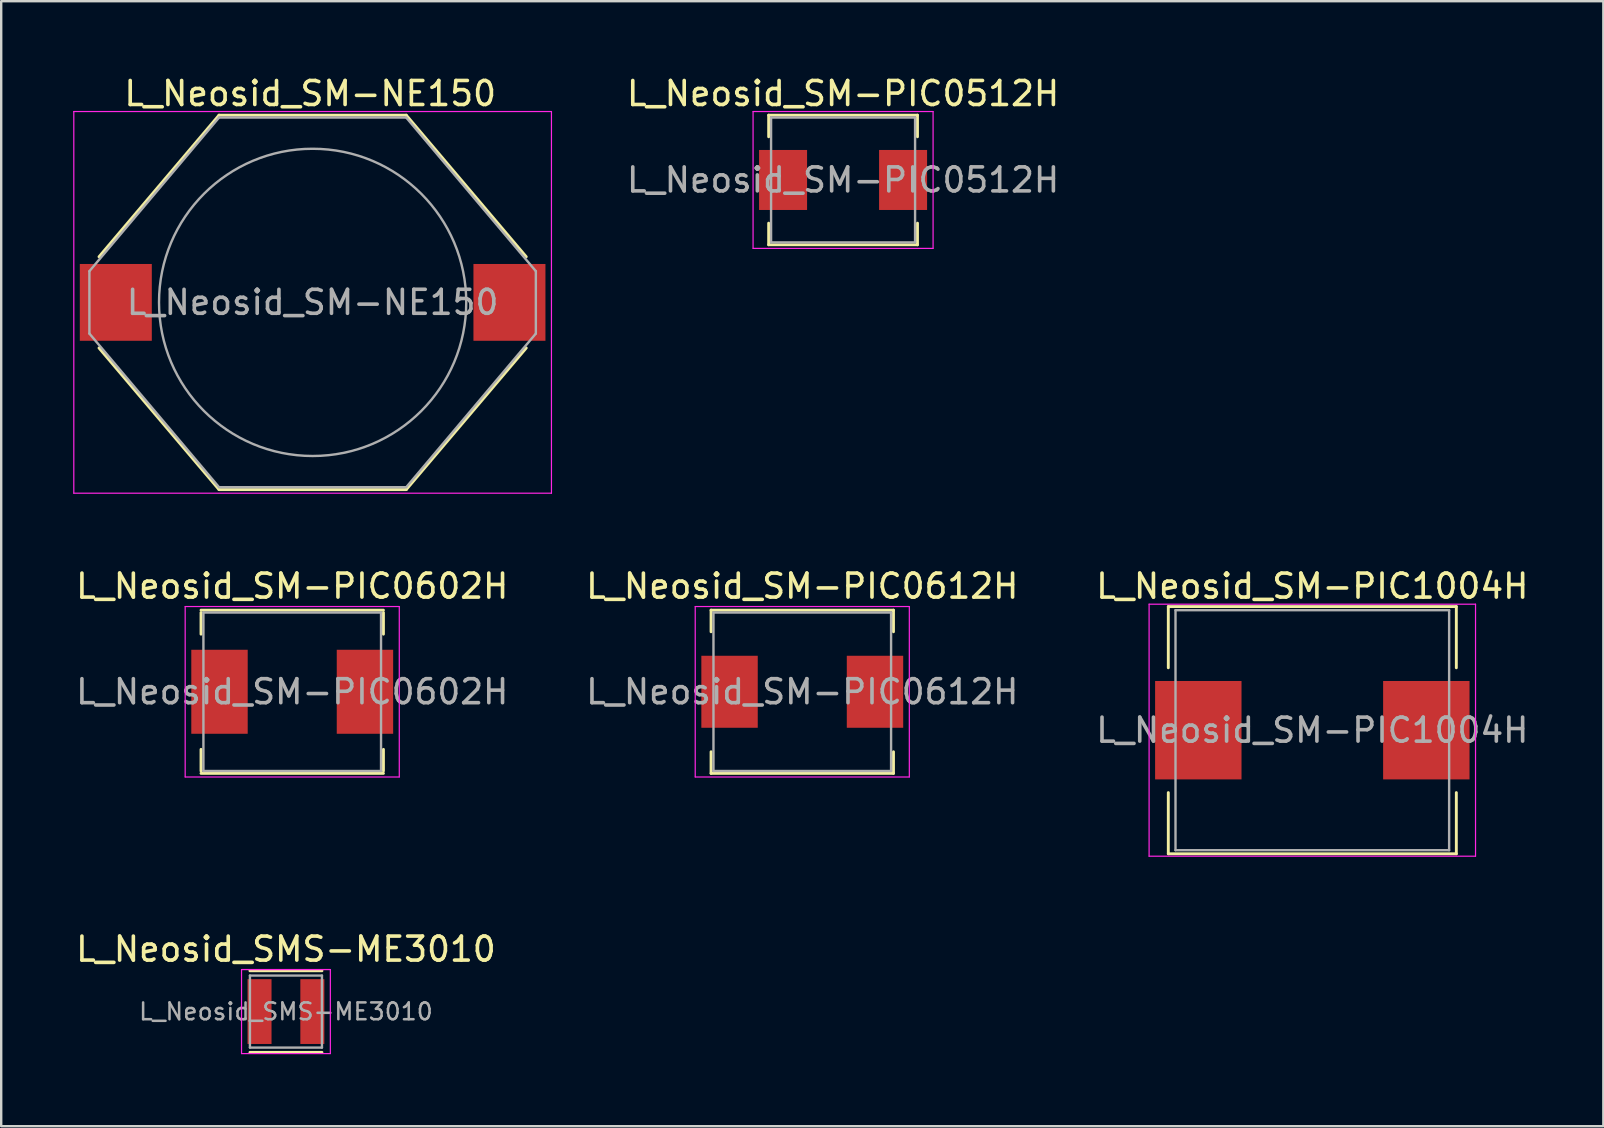
<source format=kicad_pcb>
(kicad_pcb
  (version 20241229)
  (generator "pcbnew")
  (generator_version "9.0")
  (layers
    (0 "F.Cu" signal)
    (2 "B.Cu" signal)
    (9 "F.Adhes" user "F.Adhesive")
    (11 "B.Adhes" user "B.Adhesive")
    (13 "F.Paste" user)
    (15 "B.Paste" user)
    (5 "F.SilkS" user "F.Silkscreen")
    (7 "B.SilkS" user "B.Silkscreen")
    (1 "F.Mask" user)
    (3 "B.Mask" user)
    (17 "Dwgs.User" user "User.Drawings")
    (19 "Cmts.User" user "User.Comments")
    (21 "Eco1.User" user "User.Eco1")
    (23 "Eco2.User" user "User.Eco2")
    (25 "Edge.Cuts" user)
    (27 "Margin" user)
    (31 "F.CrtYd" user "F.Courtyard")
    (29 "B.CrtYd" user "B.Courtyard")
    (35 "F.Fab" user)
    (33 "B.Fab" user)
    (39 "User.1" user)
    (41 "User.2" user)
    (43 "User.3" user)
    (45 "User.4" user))
  (footprint "L_Neosid_SM-PIC0602H"
    (layer "F.Cu")
    (at 9.125 25.771)
    (property "Reference" "L_Neosid_SM-PIC0602H" (at 0 -4.4 0) (layer "F.SilkS") (effects (font (size 1 1) (thickness 0.15))))
    (attr smd)
    (fp_line (start -3.8 -3.3) (end -3.8 -2.4) (stroke (width 0.12) (type solid)) (layer "F.SilkS"))
    (fp_line (start -3.8 2.4) (end -3.8 3.3) (stroke (width 0.12) (type solid)) (layer "F.SilkS"))
    (fp_line (start -3.8 3.4) (end 3.8 3.4) (stroke (width 0.12) (type solid)) (layer "F.SilkS"))
    (fp_line (start 3.8 -3.4) (end -3.8 -3.4) (stroke (width 0.12) (type solid)) (layer "F.SilkS"))
    (fp_line (start 3.8 -2.4) (end 3.8 -3.3) (stroke (width 0.12) (type solid)) (layer "F.SilkS"))
    (fp_line (start 3.8 3.3) (end 3.8 2.4) (stroke (width 0.12) (type solid)) (layer "F.SilkS"))
    (fp_line (start -4.46 -3.55) (end -4.46 3.55) (stroke (width 0.05) (type solid)) (layer "F.CrtYd"))
    (fp_line (start -4.46 -3.55) (end 4.46 -3.55) (stroke (width 0.05) (type solid)) (layer "F.CrtYd"))
    (fp_line (start 4.46 3.55) (end -4.46 3.55) (stroke (width 0.05) (type solid)) (layer "F.CrtYd"))
    (fp_line (start 4.46 3.55) (end 4.46 -3.55) (stroke (width 0.05) (type solid)) (layer "F.CrtYd"))
    (fp_line (start -3.7 -3.3) (end -3.7 3.3) (stroke (width 0.1) (type solid)) (layer "F.Fab"))
    (fp_line (start -3.7 3.3) (end 3.7 3.3) (stroke (width 0.1) (type solid)) (layer "F.Fab"))
    (fp_line (start 3.7 -3.3) (end -3.7 -3.3) (stroke (width 0.1) (type solid)) (layer "F.Fab"))
    (fp_line (start 3.7 3.3) (end 3.7 -3.3) (stroke (width 0.1) (type solid)) (layer "F.Fab"))
    (fp_text user "${REFERENCE}" (at 0 0 0) (layer "F.Fab") (effects (font (size 1 1) (thickness 0.15))))
    (pad "1" smd rect (at -3.03 0) (size 2.35 3.5) (layers "F.Cu" "F.Mask" "F.Paste"))
    (pad "2" smd rect (at 3.03 0) (size 2.35 3.5) (layers "F.Cu" "F.Mask" "F.Paste")))
  (footprint "L_Neosid_SM-PIC0512H"
    (layer "F.Cu")
    (at 32.075 4.448)
    (property "Reference" "L_Neosid_SM-PIC0512H" (at 0 -3.6 0) (layer "F.SilkS") (effects (font (size 1 1) (thickness 0.15))))
    (attr smd)
    (fp_line (start -3.1 -2.7) (end -3.1 -1.8) (stroke (width 0.12) (type solid)) (layer "F.SilkS"))
    (fp_line (start -3.1 2.7) (end -3.1 1.8) (stroke (width 0.12) (type solid)) (layer "F.SilkS"))
    (fp_line (start 3.1 -2.7) (end -3.1 -2.7) (stroke (width 0.12) (type solid)) (layer "F.SilkS"))
    (fp_line (start 3.1 -2.7) (end 3.1 -1.8) (stroke (width 0.12) (type solid)) (layer "F.SilkS"))
    (fp_line (start 3.1 1.8) (end 3.1 2.7) (stroke (width 0.12) (type solid)) (layer "F.SilkS"))
    (fp_line (start 3.1 2.7) (end -3.1 2.7) (stroke (width 0.12) (type solid)) (layer "F.SilkS"))
    (fp_line (start -3.75 -2.85) (end -3.75 2.85) (stroke (width 0.05) (type solid)) (layer "F.CrtYd"))
    (fp_line (start -3.75 -2.85) (end 3.75 -2.85) (stroke (width 0.05) (type solid)) (layer "F.CrtYd"))
    (fp_line (start 3.75 2.85) (end -3.75 2.85) (stroke (width 0.05) (type solid)) (layer "F.CrtYd"))
    (fp_line (start 3.75 2.85) (end 3.75 -2.85) (stroke (width 0.05) (type solid)) (layer "F.CrtYd"))
    (fp_line (start -3 -2.6) (end 3 -2.6) (stroke (width 0.1) (type solid)) (layer "F.Fab"))
    (fp_line (start -3 2.6) (end -3 -2.6) (stroke (width 0.1) (type solid)) (layer "F.Fab"))
    (fp_line (start 3 -2.6) (end 3 2.6) (stroke (width 0.1) (type solid)) (layer "F.Fab"))
    (fp_line (start 3 2.6) (end -3 2.6) (stroke (width 0.1) (type solid)) (layer "F.Fab"))
    (fp_text user "${REFERENCE}" (at 0 0 0) (layer "F.Fab") (effects (font (size 1 1) (thickness 0.15))))
    (pad "1" smd rect (at -2.5 0 180) (size 2 2.5) (layers "F.Cu" "F.Mask" "F.Paste"))
    (pad "2" smd rect (at 2.5 0 180) (size 2 2.5) (layers "F.Cu" "F.Mask" "F.Paste")))
  (footprint "L_Neosid_SM-PIC0612H"
    (layer "F.Cu")
    (at 30.375 25.771)
    (property "Reference" "L_Neosid_SM-PIC0612H" (at 0 -4.4 0) (layer "F.SilkS") (effects (font (size 1 1) (thickness 0.15))))
    (attr smd)
    (fp_line (start -3.8 -3.4) (end -3.8 -2.5) (stroke (width 0.12) (type solid)) (layer "F.SilkS"))
    (fp_line (start -3.8 2.5) (end -3.8 3.4) (stroke (width 0.12) (type solid)) (layer "F.SilkS"))
    (fp_line (start -3.8 3.4) (end 3.8 3.4) (stroke (width 0.12) (type solid)) (layer "F.SilkS"))
    (fp_line (start 3.8 -3.4) (end -3.8 -3.4) (stroke (width 0.12) (type solid)) (layer "F.SilkS"))
    (fp_line (start 3.8 -2.5) (end 3.8 -3.4) (stroke (width 0.12) (type solid)) (layer "F.SilkS"))
    (fp_line (start 3.8 3.4) (end 3.8 2.5) (stroke (width 0.12) (type solid)) (layer "F.SilkS"))
    (fp_line (start -4.46 -3.55) (end -4.46 3.55) (stroke (width 0.05) (type solid)) (layer "F.CrtYd"))
    (fp_line (start -4.46 -3.55) (end 4.46 -3.55) (stroke (width 0.05) (type solid)) (layer "F.CrtYd"))
    (fp_line (start 4.46 3.55) (end -4.46 3.55) (stroke (width 0.05) (type solid)) (layer "F.CrtYd"))
    (fp_line (start 4.46 3.55) (end 4.46 -3.55) (stroke (width 0.05) (type solid)) (layer "F.CrtYd"))
    (fp_line (start -3.7 -3.3) (end 3.7 -3.3) (stroke (width 0.1) (type solid)) (layer "F.Fab"))
    (fp_line (start -3.7 3.3) (end -3.7 -3.3) (stroke (width 0.1) (type solid)) (layer "F.Fab"))
    (fp_line (start 3.7 -3.3) (end 3.7 3.3) (stroke (width 0.1) (type solid)) (layer "F.Fab"))
    (fp_line (start 3.7 3.3) (end -3.7 3.3) (stroke (width 0.1) (type solid)) (layer "F.Fab"))
    (fp_text user "${REFERENCE}" (at 0 0 0) (layer "F.Fab") (effects (font (size 1 1) (thickness 0.15))))
    (pad "1" smd rect (at -3.03 0) (size 2.35 3) (layers "F.Cu" "F.Mask" "F.Paste"))
    (pad "2" smd rect (at 3.03 0) (size 2.35 3) (layers "F.Cu" "F.Mask" "F.Paste")))
  (footprint "L_Neosid_SMS-ME3010"
    (layer "F.Cu")
    (at 8.863 39.095)
    (property "Reference" "L_Neosid_SMS-ME3010" (at 0 -2.6 0) (layer "F.SilkS") (effects (font (size 1 1) (thickness 0.15))))
    (attr smd)
    (fp_line (start 1.5 -1.7) (end -1.5 -1.7) (stroke (width 0.12) (type solid)) (layer "F.SilkS"))
    (fp_line (start 1.5 1.7) (end -1.5 1.7) (stroke (width 0.12) (type solid)) (layer "F.SilkS"))
    (fp_line (start -1.85 -1.75) (end -1.85 1.75) (stroke (width 0.05) (type solid)) (layer "F.CrtYd"))
    (fp_line (start -1.85 -1.75) (end 1.85 -1.75) (stroke (width 0.05) (type solid)) (layer "F.CrtYd"))
    (fp_line (start 1.85 1.75) (end -1.85 1.75) (stroke (width 0.05) (type solid)) (layer "F.CrtYd"))
    (fp_line (start 1.85 1.75) (end 1.85 -1.75) (stroke (width 0.05) (type solid)) (layer "F.CrtYd"))
    (fp_line (start -1.5 -1.5) (end -1.5 1.5) (stroke (width 0.1) (type solid)) (layer "F.Fab"))
    (fp_line (start -1.5 1.5) (end 1.5 1.5) (stroke (width 0.1) (type solid)) (layer "F.Fab"))
    (fp_line (start 1.5 -1.5) (end -1.5 -1.5) (stroke (width 0.1) (type solid)) (layer "F.Fab"))
    (fp_line (start 1.5 1.5) (end 1.5 -1.5) (stroke (width 0.1) (type solid)) (layer "F.Fab"))
    (fp_text user "${REFERENCE}" (at 0 0 0) (layer "F.Fab") (effects (font (size 0.7 0.7) (thickness 0.105))))
    (pad "1" smd rect (at -1.1 0) (size 1 2.7) (layers "F.Cu" "F.Mask" "F.Paste"))
    (pad "2" smd rect (at 1.1 0) (size 1 2.7) (layers "F.Cu" "F.Mask" "F.Paste")))
  (footprint "L_Neosid_SM-PIC1004H"
    (layer "F.Cu")
    (at 51.625 27.372)
    (property "Reference" "L_Neosid_SM-PIC1004H" (at 0 -6 0) (layer "F.SilkS") (effects (font (size 1 1) (thickness 0.15))))
    (attr smd)
    (fp_line (start -6 -5.15) (end -6 -2.6) (stroke (width 0.12) (type solid)) (layer "F.SilkS"))
    (fp_line (start -6 2.6) (end -6 5.15) (stroke (width 0.12) (type solid)) (layer "F.SilkS"))
    (fp_line (start -6 5.15) (end 6 5.15) (stroke (width 0.12) (type solid)) (layer "F.SilkS"))
    (fp_line (start 6 -5.15) (end -6 -5.15) (stroke (width 0.12) (type solid)) (layer "F.SilkS"))
    (fp_line (start 6 -2.6) (end 6 -5.15) (stroke (width 0.12) (type solid)) (layer "F.SilkS"))
    (fp_line (start 6 5.15) (end 6 2.6) (stroke (width 0.12) (type solid)) (layer "F.SilkS"))
    (fp_line (start -6.8 -5.25) (end -6.8 5.25) (stroke (width 0.05) (type solid)) (layer "F.CrtYd"))
    (fp_line (start -6.8 -5.25) (end 6.8 -5.25) (stroke (width 0.05) (type solid)) (layer "F.CrtYd"))
    (fp_line (start 6.8 5.25) (end -6.8 5.25) (stroke (width 0.05) (type solid)) (layer "F.CrtYd"))
    (fp_line (start 6.8 5.25) (end 6.8 -5.25) (stroke (width 0.05) (type solid)) (layer "F.CrtYd"))
    (fp_line (start -5.7 -5) (end 5.7 -5) (stroke (width 0.1) (type solid)) (layer "F.Fab"))
    (fp_line (start -5.7 5) (end -5.7 -5) (stroke (width 0.1) (type solid)) (layer "F.Fab"))
    (fp_line (start 5.7 -5) (end 5.7 5) (stroke (width 0.1) (type solid)) (layer "F.Fab"))
    (fp_line (start 5.7 5) (end -5.7 5) (stroke (width 0.1) (type solid)) (layer "F.Fab"))
    (fp_text user "${REFERENCE}" (at 0 0 0) (layer "F.Fab") (effects (font (size 1 1) (thickness 0.15))))
    (pad "1" smd rect (at -4.75 0) (size 3.6 4.1) (layers "F.Cu" "F.Mask" "F.Paste"))
    (pad "2" smd rect (at 4.75 0) (size 3.6 4.1) (layers "F.Cu" "F.Mask" "F.Paste")))
  (footprint "L_Neosid_SM-NE150"
    (layer "F.Cu")
    (at 9.975 9.548)
    (property "Reference" "L_Neosid_SM-NE150" (at -0.1 -8.7 0) (layer "F.SilkS") (effects (font (size 1 1) (thickness 0.15))))
    (attr smd)
    (fp_line (start -8.9 1.9) (end -3.9 7.8) (stroke (width 0.12) (type solid)) (layer "F.SilkS"))
    (fp_line (start -3.9 -7.8) (end -8.9 -1.9) (stroke (width 0.12) (type solid)) (layer "F.SilkS"))
    (fp_line (start -3.9 -7.8) (end 3.9 -7.8) (stroke (width 0.12) (type solid)) (layer "F.SilkS"))
    (fp_line (start -3.9 7.8) (end 3.9 7.8) (stroke (width 0.12) (type solid)) (layer "F.SilkS"))
    (fp_line (start 3.9 -7.8) (end 8.9 -1.9) (stroke (width 0.12) (type solid)) (layer "F.SilkS"))
    (fp_line (start 3.9 7.8) (end 8.9 1.9) (stroke (width 0.12) (type solid)) (layer "F.SilkS"))
    (fp_line (start -9.95 -7.95) (end -9.95 7.95) (stroke (width 0.05) (type solid)) (layer "F.CrtYd"))
    (fp_line (start -9.95 -7.95) (end 9.95 -7.95) (stroke (width 0.05) (type solid)) (layer "F.CrtYd"))
    (fp_line (start 9.95 7.95) (end -9.95 7.95) (stroke (width 0.05) (type solid)) (layer "F.CrtYd"))
    (fp_line (start 9.95 7.95) (end 9.95 -7.95) (stroke (width 0.05) (type solid)) (layer "F.CrtYd"))
    (fp_line (start -9.3 -1.3) (end -3.9 -7.7) (stroke (width 0.1) (type solid)) (layer "F.Fab"))
    (fp_line (start -9.3 1.3) (end -9.3 -1.3) (stroke (width 0.1) (type solid)) (layer "F.Fab"))
    (fp_line (start -3.9 -7.7) (end 3.9 -7.7) (stroke (width 0.1) (type solid)) (layer "F.Fab"))
    (fp_line (start -3.9 7.7) (end -9.3 1.3) (stroke (width 0.1) (type solid)) (layer "F.Fab"))
    (fp_line (start 3.9 -7.7) (end 9.3 -1.3) (stroke (width 0.1) (type solid)) (layer "F.Fab"))
    (fp_line (start 3.9 7.7) (end -3.9 7.7) (stroke (width 0.1) (type solid)) (layer "F.Fab"))
    (fp_line (start 9.3 -1.3) (end 9.3 1.3) (stroke (width 0.1) (type solid)) (layer "F.Fab"))
    (fp_line (start 9.3 1.3) (end 3.9 7.7) (stroke (width 0.1) (type solid)) (layer "F.Fab"))
    (fp_circle (center 0 0) (end -6.4 0) (stroke (width 0.1) (type solid)) (fill no) (layer "F.Fab"))
    (fp_text user "${REFERENCE}" (at 0 0 0) (layer "F.Fab") (effects (font (size 1 1) (thickness 0.15))))
    (pad "1" smd rect (at -8.2 0 180) (size 3 3.2) (layers "F.Cu" "F.Mask" "F.Paste"))
    (pad "2" smd rect (at 8.2 0) (size 3 3.2) (layers "F.Cu" "F.Mask" "F.Paste")))
  (gr_rect
    (start -3 -3)
    (end 63.75 43.87)
    (stroke (width 0.1) (type default))
    (fill no)
    (layer "Edge.Cuts")))
</source>
